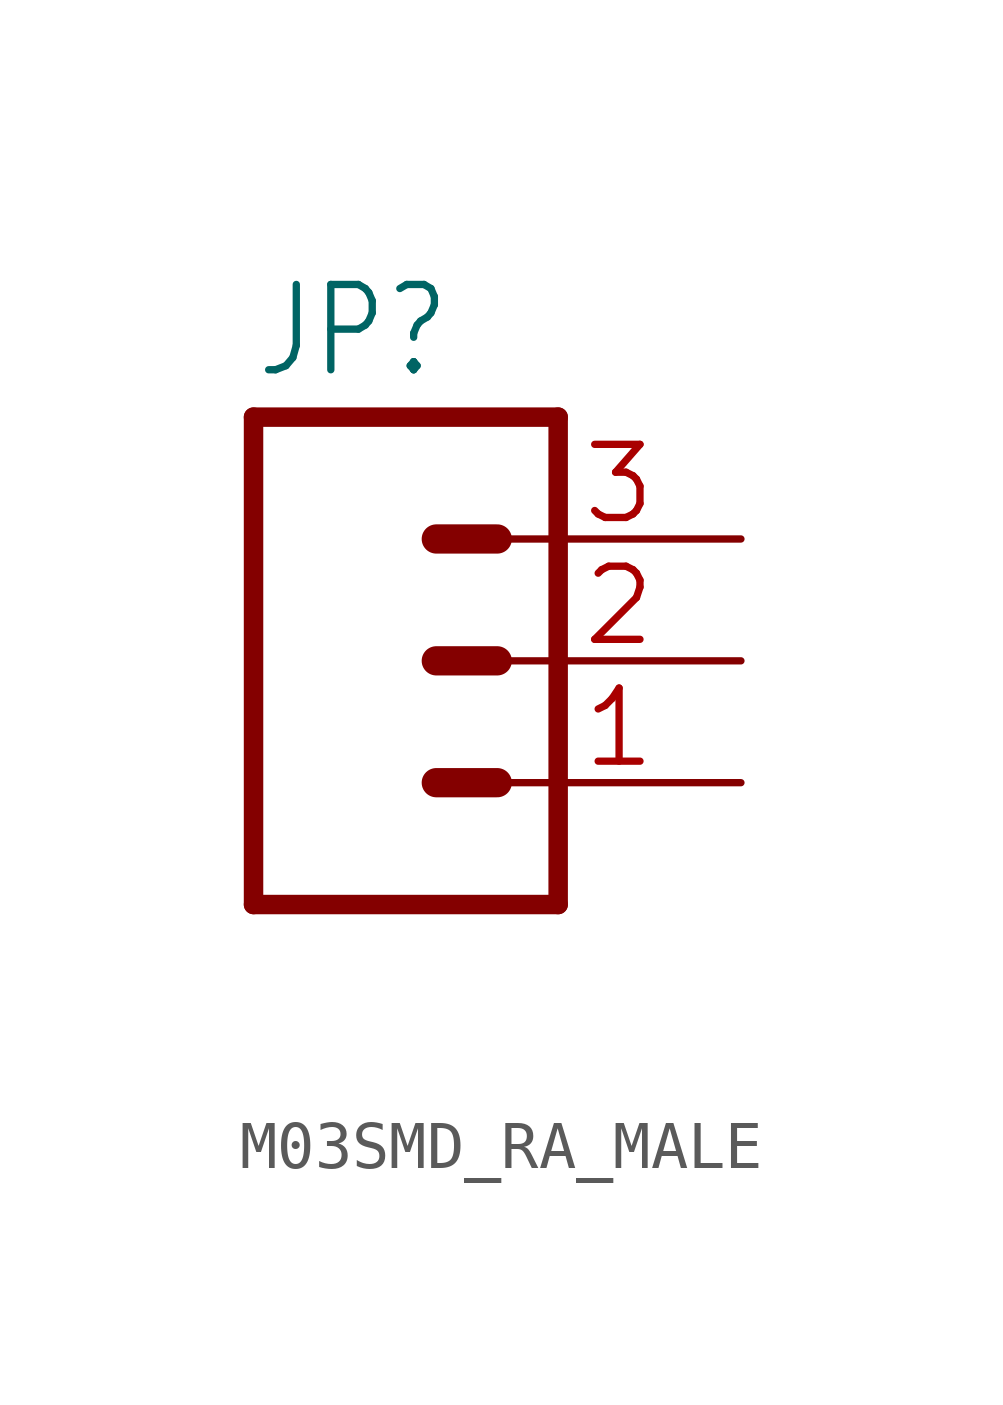
<source format=kicad_sym>
(kicad_symbol_lib
  (version 20241209)
  (generator "kicad_symbol_editor")
  (generator_version "9.0")
  (symbol "M03SMD_RA_MALE"
    (property "Reference" "JP"
      (at -2.54 5.842 0)
      (effects (font (size 1.778 1.511)) (justify left bottom)))
    (property "Value" ""
      (at -2.54 -7.62 0)
      (effects (font (size 1.778 1.511)) (justify left bottom)))
    (property "ki_locked" ""
      (at 0 0 0)
      (effects (font (size 1.27 1.27))))
    (symbol "M03SMD_RA_MALE_1_0"
      (polyline (pts (xy -2.54 5.08) (xy -2.54 -5.08)) (stroke (width 0.406) (type solid)) (fill (type none)))
      (polyline (pts (xy -2.54 5.08) (xy 3.81 5.08)) (stroke (width 0.406) (type solid)) (fill (type none)))
      (polyline (pts (xy 1.27 2.54) (xy 2.54 2.54)) (stroke (width 0.61) (type solid)) (fill (type none)))
      (polyline (pts (xy 1.27 0) (xy 2.54 0)) (stroke (width 0.61) (type solid)) (fill (type none)))
      (polyline (pts (xy 1.27 -2.54) (xy 2.54 -2.54)) (stroke (width 0.61) (type solid)) (fill (type none)))
      (polyline (pts (xy 3.81 -5.08) (xy -2.54 -5.08)) (stroke (width 0.406) (type solid)) (fill (type none)))
      (polyline (pts (xy 3.81 -5.08) (xy 3.81 5.08)) (stroke (width 0.406) (type solid)) (fill (type none)))
      (pin passive line (at 7.62 2.54 180) (length 5.08) (name "3" (effects (font (size 0 0)))) (number "3" (effects (font (size 1.524 1.524)))))
      (pin passive line (at 7.62 0 180) (length 5.08) (name "2" (effects (font (size 0 0)))) (number "2" (effects (font (size 1.524 1.524)))))
      (pin passive line (at 7.62 -2.54 180) (length 5.08) (name "1" (effects (font (size 0 0)))) (number "1" (effects (font (size 1.524 1.524))))))))
</source>
